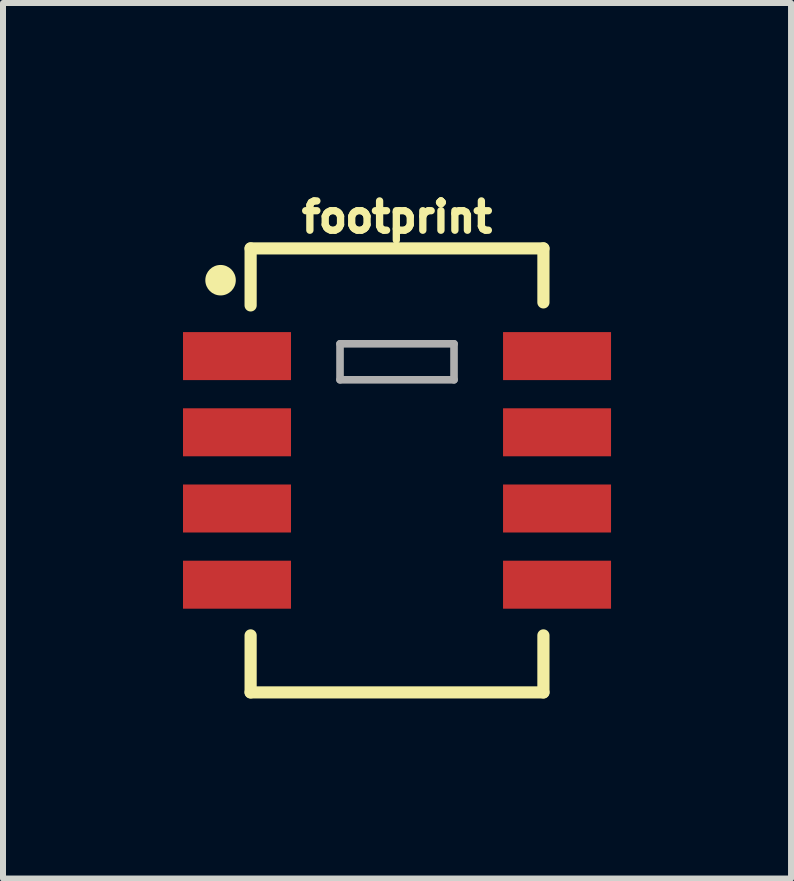
<source format=kicad_pcb>
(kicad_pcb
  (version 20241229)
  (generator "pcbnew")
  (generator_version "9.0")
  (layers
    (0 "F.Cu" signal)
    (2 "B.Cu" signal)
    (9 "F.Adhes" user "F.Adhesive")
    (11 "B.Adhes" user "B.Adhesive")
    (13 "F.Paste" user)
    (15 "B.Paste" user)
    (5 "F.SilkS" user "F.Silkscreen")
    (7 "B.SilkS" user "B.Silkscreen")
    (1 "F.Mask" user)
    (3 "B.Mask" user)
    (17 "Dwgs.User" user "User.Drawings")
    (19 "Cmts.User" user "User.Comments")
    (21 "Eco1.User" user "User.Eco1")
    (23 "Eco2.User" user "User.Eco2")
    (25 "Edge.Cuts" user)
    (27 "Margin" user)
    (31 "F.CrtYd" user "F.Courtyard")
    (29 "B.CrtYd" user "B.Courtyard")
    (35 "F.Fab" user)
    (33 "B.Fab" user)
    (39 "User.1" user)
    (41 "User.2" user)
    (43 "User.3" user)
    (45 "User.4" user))
  (footprint "footprint"
    (layer "F.Cu")
    (at 3.567 4.79)
    (property "Reference" "footprint" (at 0 -3.937 0) (layer "F.SilkS") (effects (font (size 0.488 0.488) (thickness 0.122)) (justify bottom)))
    (fp_line (start -2.44 -3.7) (end 2.44 -3.7) (stroke (width 0.203) (type solid)) (layer "F.SilkS"))
    (fp_line (start -2.44 -2.75) (end -2.44 -3.7) (stroke (width 0.203) (type solid)) (layer "F.SilkS"))
    (fp_line (start -2.44 3.7) (end -2.44 2.75) (stroke (width 0.203) (type solid)) (layer "F.SilkS"))
    (fp_line (start 2.44 -3.7) (end 2.44 -2.8) (stroke (width 0.203) (type solid)) (layer "F.SilkS"))
    (fp_line (start 2.44 2.75) (end 2.44 3.7) (stroke (width 0.203) (type solid)) (layer "F.SilkS"))
    (fp_line (start 2.44 3.7) (end -2.44 3.7) (stroke (width 0.203) (type solid)) (layer "F.SilkS"))
    (fp_circle (center -2.941 -3.17) (end -2.814 -3.17) (stroke (width 0.254) (type solid)) (fill yes) (layer "F.SilkS"))
    (fp_line (start -0.95 -2.11) (end 0.95 -2.11) (stroke (width 0.127) (type solid)) (layer "F.Fab"))
    (fp_line (start -0.95 -1.51) (end -0.95 -2.11) (stroke (width 0.127) (type solid)) (layer "F.Fab"))
    (fp_line (start 0.95 -2.11) (end 0.95 -1.51) (stroke (width 0.127) (type solid)) (layer "F.Fab"))
    (fp_line (start 0.95 -1.51) (end -0.95 -1.51) (stroke (width 0.127) (type solid)) (layer "F.Fab"))
    (pad "1" smd rect (at -2.667 -1.905 180) (size 1.8 0.8) (layers "F.Cu" "F.Mask" "F.Paste"))
    (pad "2" smd rect (at -2.667 -0.635 180) (size 1.8 0.8) (layers "F.Cu" "F.Mask" "F.Paste"))
    (pad "3" smd rect (at -2.667 0.635 180) (size 1.8 0.8) (layers "F.Cu" "F.Mask" "F.Paste"))
    (pad "4" smd rect (at -2.667 1.905 180) (size 1.8 0.8) (layers "F.Cu" "F.Mask" "F.Paste"))
    (pad "5" smd rect (at 2.667 1.905 180) (size 1.8 0.8) (layers "F.Cu" "F.Mask" "F.Paste"))
    (pad "6" smd rect (at 2.667 0.635 180) (size 1.8 0.8) (layers "F.Cu" "F.Mask" "F.Paste"))
    (pad "7" smd rect (at 2.667 -0.635 180) (size 1.8 0.8) (layers "F.Cu" "F.Mask" "F.Paste"))
    (pad "8" smd rect (at 2.667 -1.905 180) (size 1.8 0.8) (layers "F.Cu" "F.Mask" "F.Paste")))
  (gr_rect
    (start -3 -3)
    (end 10.134 11.592)
    (stroke (width 0.1) (type default))
    (fill no)
    (layer "Edge.Cuts")))
</source>
